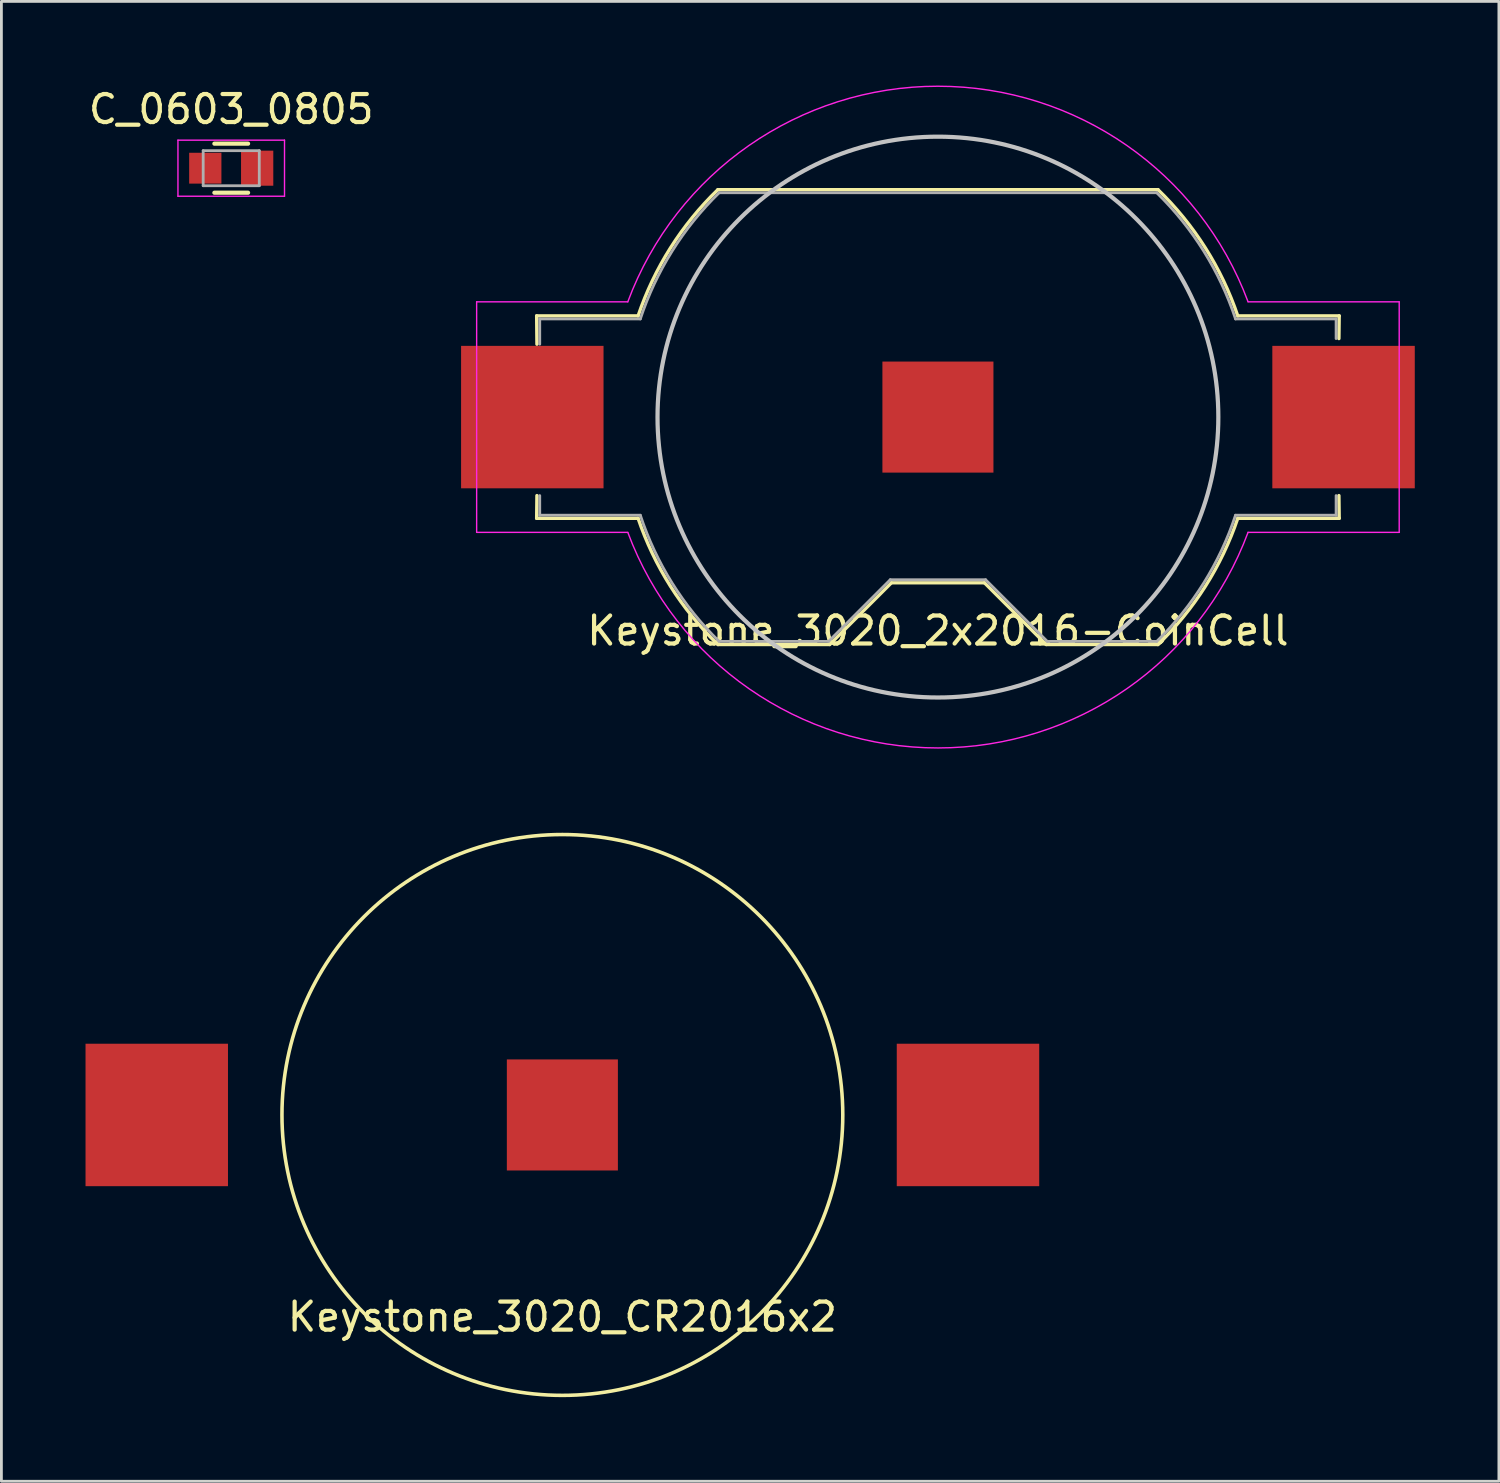
<source format=kicad_pcb>
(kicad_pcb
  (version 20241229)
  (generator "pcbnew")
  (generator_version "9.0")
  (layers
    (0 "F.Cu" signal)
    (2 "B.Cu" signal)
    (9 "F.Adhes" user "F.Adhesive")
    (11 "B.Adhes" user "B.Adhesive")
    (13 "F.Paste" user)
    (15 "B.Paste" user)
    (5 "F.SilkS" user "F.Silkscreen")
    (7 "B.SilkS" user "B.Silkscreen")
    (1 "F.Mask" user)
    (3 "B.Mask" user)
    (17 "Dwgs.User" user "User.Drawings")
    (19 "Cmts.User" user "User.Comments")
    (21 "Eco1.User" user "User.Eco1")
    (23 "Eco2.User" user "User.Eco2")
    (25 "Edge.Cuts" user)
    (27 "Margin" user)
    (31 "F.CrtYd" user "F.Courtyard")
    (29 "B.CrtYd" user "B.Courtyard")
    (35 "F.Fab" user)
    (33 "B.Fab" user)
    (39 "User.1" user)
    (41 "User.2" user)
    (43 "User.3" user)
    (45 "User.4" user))
  (footprint "C_0603_0805"
    (layer "F.Cu")
    (at 5.196 2.948)
    (property "Reference" "C_0603_0805" (at 0 -2.1 0) (layer "F.SilkS") (effects (font (size 1 1) (thickness 0.15))))
    (attr smd)
    (fp_line (start -0.6 -0.875) (end 0.6 -0.875) (stroke (width 0.15) (type solid)) (layer "F.SilkS"))
    (fp_line (start 0.6 0.875) (end -0.6 0.875) (stroke (width 0.15) (type solid)) (layer "F.SilkS"))
    (fp_line (start -1.9 -1) (end -1.9 1) (stroke (width 0.05) (type solid)) (layer "F.CrtYd"))
    (fp_line (start -1.9 -1) (end 1.9 -1) (stroke (width 0.05) (type solid)) (layer "F.CrtYd"))
    (fp_line (start -1.9 1) (end 1.9 1) (stroke (width 0.05) (type solid)) (layer "F.CrtYd"))
    (fp_line (start 1.9 -1) (end 1.9 1) (stroke (width 0.05) (type solid)) (layer "F.CrtYd"))
    (fp_line (start -1 -0.625) (end 1 -0.625) (stroke (width 0.1) (type solid)) (layer "F.Fab"))
    (fp_line (start -1 0.625) (end -1 -0.625) (stroke (width 0.1) (type solid)) (layer "F.Fab"))
    (fp_line (start 1 -0.625) (end 1 0.625) (stroke (width 0.1) (type solid)) (layer "F.Fab"))
    (fp_line (start 1 0.625) (end -1 0.625) (stroke (width 0.1) (type solid)) (layer "F.Fab"))
    (pad "1" smd rect (at -0.925 0) (size 1.15 1.1) (layers "F.Cu" "F.Mask" "F.Paste"))
    (pad "2" smd rect (at 0.925 0 180) (size 1.15 1.25) (layers "F.Cu" "F.Mask" "F.Paste")))
  (footprint "Keystone_3020_2x2016-CoinCell"
    (layer "F.Cu")
    (at 30.398 11.824)
    (property "Reference" "Keystone_3020_2x2016-CoinCell" (at 0 7.62 0) (layer "F.SilkS") (effects (font (size 1 1) (thickness 0.15))))
    (attr smd)
    (fp_line (start -14.31 -3.61) (end -10.692 -3.61) (stroke (width 0.12) (type solid)) (layer "F.SilkS"))
    (fp_line (start -14.3 -2.6) (end -14.31 -3.61) (stroke (width 0.12) (type solid)) (layer "F.SilkS"))
    (fp_line (start -14.3 2.8) (end -14.31 3.61) (stroke (width 0.12) (type solid)) (layer "F.SilkS"))
    (fp_line (start -10.692 3.61) (end -14.31 3.61) (stroke (width 0.12) (type solid)) (layer "F.SilkS"))
    (fp_line (start -7.847 -8.11) (end 7.847 -8.11) (stroke (width 0.12) (type solid)) (layer "F.SilkS"))
    (fp_line (start -3.86 8.11) (end -7.847 8.11) (stroke (width 0.12) (type solid)) (layer "F.SilkS"))
    (fp_line (start -1.66 5.91) (end -3.86 8.11) (stroke (width 0.12) (type solid)) (layer "F.SilkS"))
    (fp_line (start 1.66 5.91) (end -1.66 5.91) (stroke (width 0.12) (type solid)) (layer "F.SilkS"))
    (fp_line (start 1.66 5.91) (end 3.86 8.11) (stroke (width 0.12) (type solid)) (layer "F.SilkS"))
    (fp_line (start 7.847 8.11) (end 3.86 8.11) (stroke (width 0.12) (type solid)) (layer "F.SilkS"))
    (fp_line (start 10.692 -3.61) (end 14.31 -3.61) (stroke (width 0.12) (type solid)) (layer "F.SilkS"))
    (fp_line (start 14.3 -2.8) (end 14.31 -3.61) (stroke (width 0.12) (type solid)) (layer "F.SilkS"))
    (fp_line (start 14.3 2.8) (end 14.31 3.61) (stroke (width 0.12) (type solid)) (layer "F.SilkS"))
    (fp_line (start 14.31 3.61) (end 10.692 3.61) (stroke (width 0.12) (type solid)) (layer "F.SilkS"))
    (fp_arc (start -10.692 -3.61) (mid -9.538084 -6.031244) (end -7.845371 -8.111789) (stroke (width 0.12) (type solid)) (layer "F.SilkS"))
    (fp_arc (start -7.845371 8.111789) (mid -9.538085 6.031244) (end -10.692 3.61) (stroke (width 0.12) (type solid)) (layer "F.SilkS"))
    (fp_arc (start 7.845371 -8.111789) (mid 9.538085 -6.031244) (end 10.692 -3.61) (stroke (width 0.12) (type solid)) (layer "F.SilkS"))
    (fp_arc (start 10.692 3.61) (mid 9.538084 6.031244) (end 7.845371 8.111789) (stroke (width 0.12) (type solid)) (layer "F.SilkS"))
    (fp_circle (center 0 0) (end 10 0) (stroke (width 0.15) (type solid)) (fill no) (layer "Dwgs.User"))
    (fp_line (start -16.45 -4.11) (end -16.45 4.11) (stroke (width 0.05) (type solid)) (layer "F.CrtYd"))
    (fp_line (start -16.45 -4.11) (end -11.06 -4.11) (stroke (width 0.05) (type solid)) (layer "F.CrtYd"))
    (fp_line (start -16.45 4.11) (end -11.06 4.11) (stroke (width 0.05) (type solid)) (layer "F.CrtYd"))
    (fp_line (start 11.06 4.11) (end 16.45 4.11) (stroke (width 0.05) (type solid)) (layer "F.CrtYd"))
    (fp_line (start 16.45 -4.11) (end 11.06 -4.11) (stroke (width 0.05) (type solid)) (layer "F.CrtYd"))
    (fp_line (start 16.45 4.11) (end 16.45 -4.11) (stroke (width 0.05) (type solid)) (layer "F.CrtYd"))
    (fp_arc (start -11.06 -4.11) (mid -0.002978 -11.79897) (end 11.057924 -4.115582) (stroke (width 0.05) (type solid)) (layer "F.CrtYd"))
    (fp_arc (start 11.06 4.11) (mid 0.002978 11.79897) (end -11.057924 4.115582) (stroke (width 0.05) (type solid)) (layer "F.CrtYd"))
    (fp_line (start -14.2 -3.5) (end -14.2 -2.6) (stroke (width 0.1) (type solid)) (layer "F.Fab"))
    (fp_line (start -14.2 -3.5) (end -10.613 -3.5) (stroke (width 0.1) (type solid)) (layer "F.Fab"))
    (fp_line (start -14.2 2.8) (end -14.2 3.5) (stroke (width 0.1) (type solid)) (layer "F.Fab"))
    (fp_line (start -14.2 3.5) (end -10.613 3.5) (stroke (width 0.1) (type solid)) (layer "F.Fab"))
    (fp_line (start -7.803 -8) (end 7.803 -8) (stroke (width 0.1) (type solid)) (layer "F.Fab"))
    (fp_line (start -3.9 8) (end -7.803 8) (stroke (width 0.1) (type solid)) (layer "F.Fab"))
    (fp_line (start -1.7 5.8) (end -3.9 8) (stroke (width 0.1) (type solid)) (layer "F.Fab"))
    (fp_line (start -1.7 5.8) (end 1.7 5.8) (stroke (width 0.1) (type solid)) (layer "F.Fab"))
    (fp_line (start 1.7 5.8) (end 3.9 8) (stroke (width 0.1) (type solid)) (layer "F.Fab"))
    (fp_line (start 3.9 8) (end 7.803 8) (stroke (width 0.1) (type solid)) (layer "F.Fab"))
    (fp_line (start 10.613 -3.5) (end 14.2 -3.5) (stroke (width 0.1) (type solid)) (layer "F.Fab"))
    (fp_line (start 14.2 -3.5) (end 14.2 -2.8) (stroke (width 0.1) (type solid)) (layer "F.Fab"))
    (fp_line (start 14.2 2.8) (end 14.2 3.5) (stroke (width 0.1) (type solid)) (layer "F.Fab"))
    (fp_line (start 14.2 3.5) (end 10.613 3.5) (stroke (width 0.1) (type solid)) (layer "F.Fab"))
    (fp_arc (start -10.61275 -3.5) (mid -9.478596 -5.919179) (end -7.802602 -7.999992) (stroke (width 0.1) (type solid)) (layer "F.Fab"))
    (fp_arc (start -7.802602 7.999992) (mid -9.478596 5.91918) (end -10.61275 3.5) (stroke (width 0.1) (type solid)) (layer "F.Fab"))
    (fp_arc (start 7.802602 -7.999992) (mid 9.478596 -5.91918) (end 10.61275 -3.5) (stroke (width 0.1) (type solid)) (layer "F.Fab"))
    (fp_arc (start 10.61275 3.5) (mid 9.478596 5.919179) (end 7.802602 7.999992) (stroke (width 0.1) (type solid)) (layer "F.Fab"))
    (pad "1" smd rect (at -14.465 0) (size 5.08 5.08) (layers "F.Cu" "F.Mask" "F.Paste"))
    (pad "2" smd rect (at 0 0) (size 3.96 3.96) (layers "F.Cu" "F.Mask" "F.Paste"))
    (pad "3" smd rect (at 14.465 0) (size 5.08 5.08) (layers "F.Cu" "F.Mask" "F.Paste")))
  (footprint "Keystone_3020_CR2016x2"
    (layer "F.Cu")
    (at 17.005 36.711)
    (property "Reference" "Keystone_3020_CR2016x2" (at 0 7.2 0) (layer "F.SilkS") (effects (font (size 1 1) (thickness 0.15))))
    (attr through_hole)
    (fp_circle (center 0 0) (end 10 0) (stroke (width 0.127) (type solid)) (fill no) (layer "F.SilkS"))
    (pad "1" smd rect (at 0 0) (size 3.96 3.96) (layers "F.Cu" "F.Mask" "F.Paste"))
    (pad "2" smd rect (at -14.465 0) (size 5.08 5.08) (layers "F.Cu" "F.Mask" "F.Paste"))
    (pad "2" smd rect (at 14.465 0) (size 5.08 5.08) (layers "F.Cu" "F.Mask" "F.Paste")))
  (gr_rect
    (start -3 -3)
    (end 50.403 49.775)
    (stroke (width 0.1) (type default))
    (fill no)
    (layer "Edge.Cuts")))
</source>
